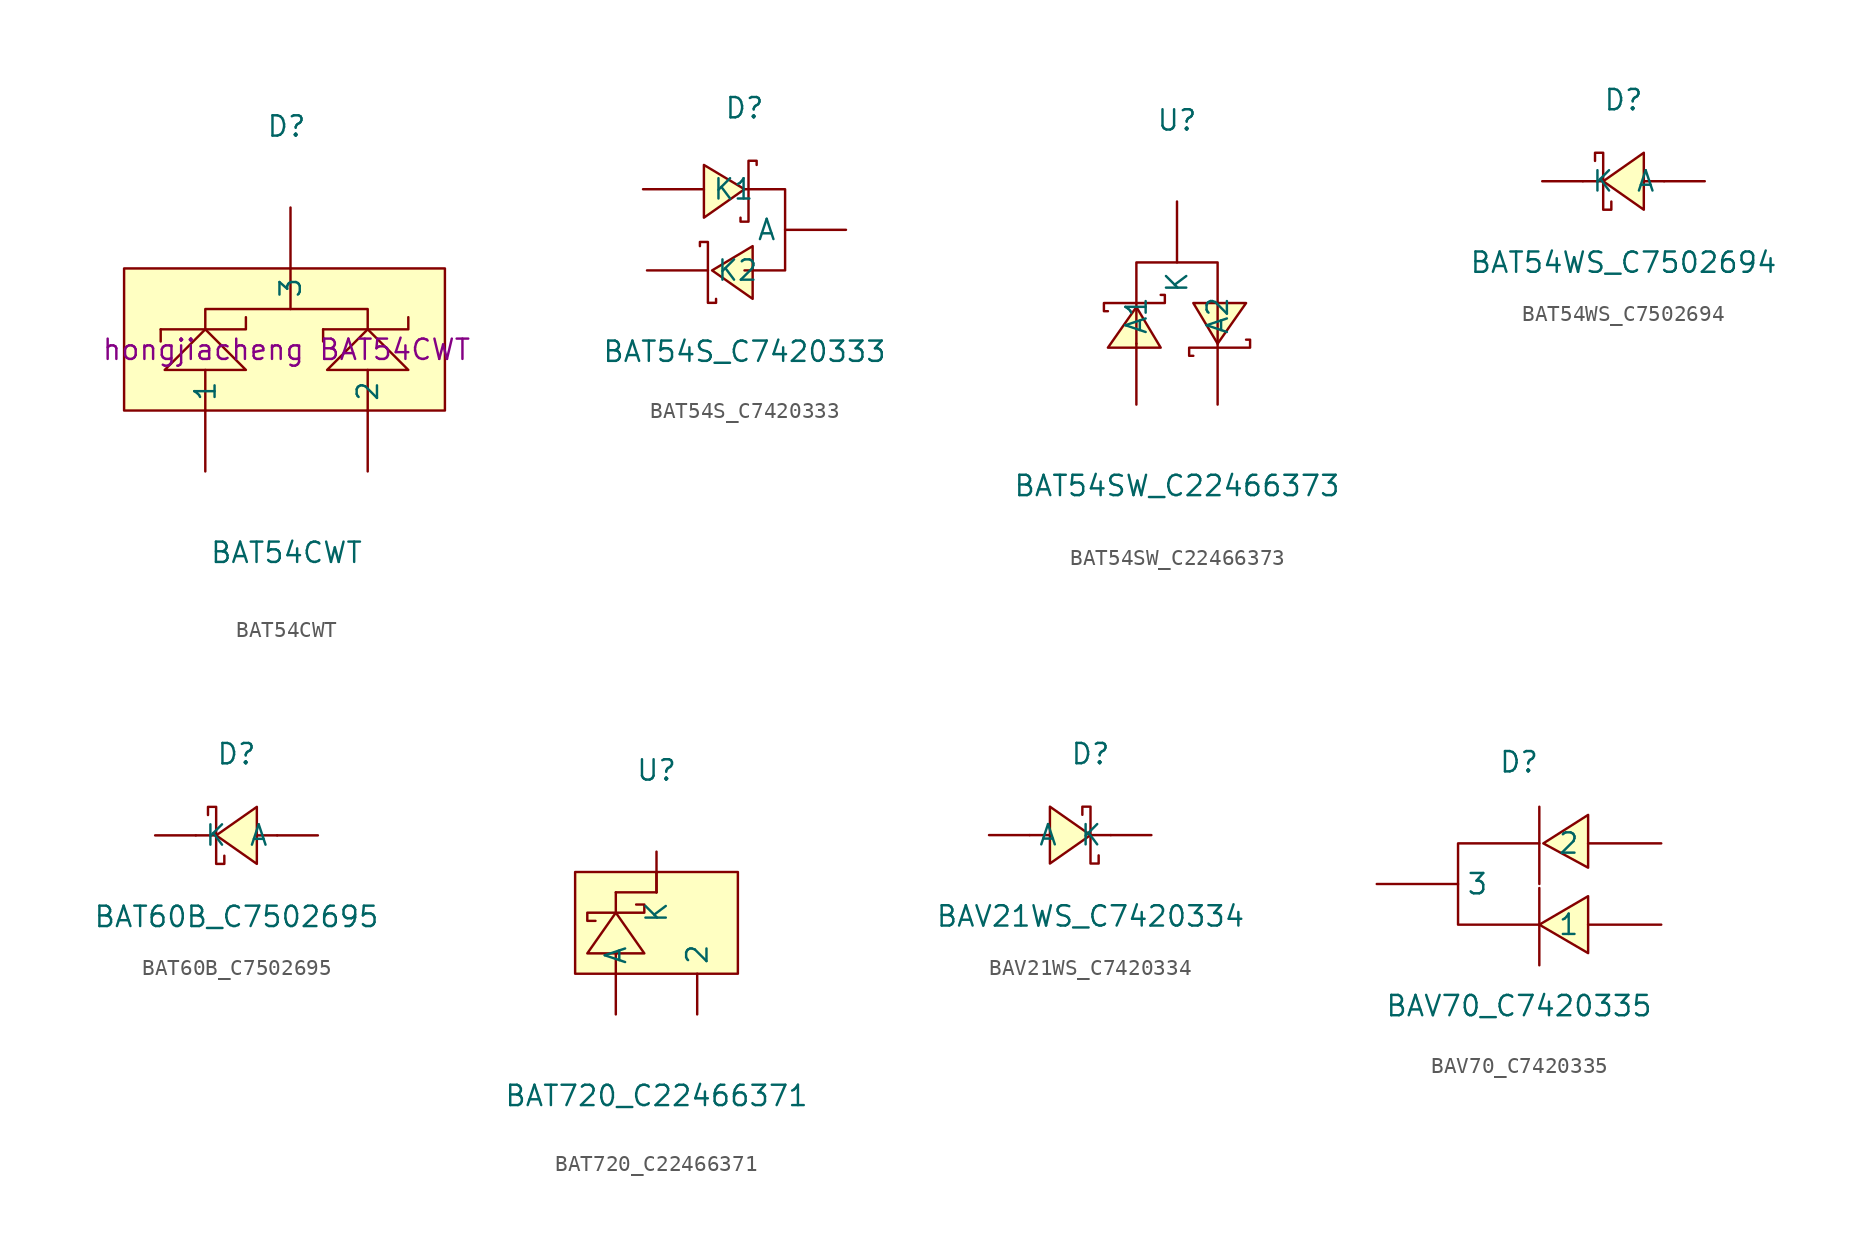
<source format=kicad_sym>
(kicad_symbol_lib
  (version 20241209)
  (generator "kicad_symbol_editor")
  (generator_version "9.0")
  (symbol "BAT54CWT"
    (pin_numbers
      (hide yes))
    (property "Reference" "D"
      (at 0 13.97 0)
      (effects (font (size 1.27 1.27))))
    (property "Value" "BAT54CWT"
      (at 0 -12.7 0)
      (effects (font (size 1.27 1.27))))
    (property "Description" "hongjiacheng BAT54CWT"
      (at 0 0 0)
      (effects (font (size 1.27 1.27))))
    (symbol "BAT54CWT_0_1"
      (rectangle (start -10.16 5.08) (end 9.91 -3.81) (stroke (width 0) (type default)) (fill (type background)))
      (polyline (pts (xy -7.87 1.27) (xy -7.87 0.51)) (stroke (width 0) (type default)) (fill (type none)))
      (polyline (pts (xy -7.62 -1.27) (xy -5.08 1.27) (xy -2.54 -1.27) (xy -7.62 -1.27)) (stroke (width 0) (type default)) (fill (type background)))
      (polyline (pts (xy -5.08 1.27) (xy -5.08 2.54) (xy 5.08 2.54) (xy 5.08 1.27)) (stroke (width 0) (type default)) (fill (type none)))
      (polyline (pts (xy -5.08 -3.81) (xy -5.08 -1.27)) (stroke (width 0) (type default)) (fill (type none)))
      (polyline (pts (xy -2.54 2.03) (xy -2.54 1.27) (xy -7.87 1.27)) (stroke (width 0) (type default)) (fill (type none)))
      (polyline (pts (xy 0.25 5.08) (xy 0.25 2.54)) (stroke (width 0) (type default)) (fill (type none)))
      (polyline (pts (xy 2.29 1.27) (xy 2.29 0.51)) (stroke (width 0) (type default)) (fill (type none)))
      (polyline (pts (xy 2.54 -1.27) (xy 5.08 1.27) (xy 7.62 -1.27) (xy 2.54 -1.27)) (stroke (width 0) (type default)) (fill (type background)))
      (polyline (pts (xy 5.08 -3.81) (xy 5.08 -1.27)) (stroke (width 0) (type default)) (fill (type none)))
      (polyline (pts (xy 7.62 2.03) (xy 7.62 1.27) (xy 2.29 1.27)) (stroke (width 0) (type default)) (fill (type none)))
      (pin input line (at -5.08 -7.62 90) (length 3.81) (name "1" (effects (font (size 1.27 1.27)))) (number "1" (effects (font (size 1.27 1.27)))))
      (pin input line (at 0.25 8.89 270) (length 3.81) (name "3" (effects (font (size 1.27 1.27)))) (number "3" (effects (font (size 1.27 1.27)))))
      (pin input line (at 5.08 -7.62 90) (length 3.81) (name "2" (effects (font (size 1.27 1.27)))) (number "2" (effects (font (size 1.27 1.27)))))))
  (symbol "BAT54S_C7420333"
    (pin_numbers
      (hide yes))
    (property "Reference" "D"
      (at 0 7.62 0)
      (effects (font (size 1.27 1.27))))
    (property "Value" "BAT54S_C7420333"
      (at 0 -7.62 0)
      (effects (font (size 1.27 1.27))))
    (symbol "BAT54S_C7420333_0_1"
      (polyline (pts (xy -2.79 -1.02) (xy -2.79 -0.76) (xy -2.29 -0.76) (xy -2.29 -4.57) (xy -1.78 -4.57) (xy -1.78 -4.32)) (stroke (width 0) (type default)) (fill (type none)))
      (polyline (pts (xy -2.54 4.06) (xy 0 2.54) (xy -2.54 0.76) (xy -2.54 4.06)) (stroke (width 0) (type default)) (fill (type background)))
      (polyline (pts (xy 0 2.54) (xy 2.54 2.54) (xy 2.54 -2.54) (xy 0 -2.54)) (stroke (width 0) (type default)) (fill (type none)))
      (polyline (pts (xy 0.51 -1.02) (xy -2.03 -2.54) (xy 0.51 -4.32) (xy 0.51 -1.02)) (stroke (width 0) (type default)) (fill (type background)))
      (polyline (pts (xy 0.76 4.06) (xy 0.76 4.32) (xy 0.25 4.32) (xy 0.25 0.51) (xy -0.25 0.51) (xy -0.25 0.76)) (stroke (width 0) (type default)) (fill (type none)))
      (pin unspecified line (at -6.35 2.54 0) (length 3.81) (name "K1" (effects (font (size 1.27 1.27)))) (number "1" (effects (font (size 1.27 1.27)))))
      (pin unspecified line (at -6.1 -2.54 0) (length 3.81) (name "K2" (effects (font (size 1.27 1.27)))) (number "2" (effects (font (size 1.27 1.27)))))
      (pin unspecified line (at 6.35 0 180) (length 3.81) (name "A" (effects (font (size 1.27 1.27)))) (number "3" (effects (font (size 1.27 1.27)))))))
  (symbol "BAT54SW_C22466373"
    (pin_numbers
      (hide yes))
    (property "Reference" "U"
      (at 0 12.7 0)
      (effects (font (size 1.27 1.27))))
    (property "Value" "BAT54SW_C22466373"
      (at 0 -10.16 0)
      (effects (font (size 1.27 1.27))))
    (symbol "BAT54SW_C22466373_0_1"
      (polyline (pts (xy -2.54 -1.27) (xy -2.54 3.81) (xy 2.54 3.81) (xy 2.54 -1.27)) (stroke (width 0) (type default)) (fill (type none)))
      (polyline (pts (xy -1.02 1.78) (xy -0.76 1.78) (xy -0.76 1.27) (xy -4.57 1.27) (xy -4.57 0.76) (xy -4.32 0.76)) (stroke (width 0) (type default)) (fill (type none)))
      (polyline (pts (xy -1.02 -1.52) (xy -2.54 1.02) (xy -4.32 -1.52) (xy -1.02 -1.52)) (stroke (width 0) (type default)) (fill (type background)))
      (polyline (pts (xy 1.02 1.27) (xy 2.54 -1.27) (xy 4.32 1.27) (xy 1.02 1.27)) (stroke (width 0) (type default)) (fill (type background)))
      (polyline (pts (xy 1.02 -2.03) (xy 0.76 -2.03) (xy 0.76 -1.52) (xy 4.57 -1.52) (xy 4.57 -1.02) (xy 4.32 -1.02)) (stroke (width 0) (type default)) (fill (type none)))
      (pin unspecified line (at -2.54 -5.08 90) (length 3.81) (name "A1" (effects (font (size 1.27 1.27)))) (number "1" (effects (font (size 1.27 1.27)))))
      (pin unspecified line (at 0 7.62 270) (length 3.81) (name "K" (effects (font (size 1.27 1.27)))) (number "3" (effects (font (size 1.27 1.27)))))
      (pin unspecified line (at 2.54 -5.08 90) (length 3.81) (name "A2" (effects (font (size 1.27 1.27)))) (number "2" (effects (font (size 1.27 1.27)))))))
  (symbol "BAT54WS_C7502694"
    (pin_numbers
      (hide yes))
    (property "Reference" "D"
      (at 0 5.08 0)
      (effects (font (size 1.27 1.27))))
    (property "Value" "BAT54WS_C7502694"
      (at 0 -5.08 0)
      (effects (font (size 1.27 1.27))))
    (symbol "BAT54WS_C7502694_0_1"
      (polyline (pts (xy -1.78 1.27) (xy -1.78 1.78) (xy -1.27 1.78) (xy -1.27 -1.78) (xy -0.76 -1.78) (xy -0.76 -1.27)) (stroke (width 0) (type default)) (fill (type none)))
      (polyline (pts (xy -1.27 0) (xy -2.54 0)) (stroke (width 0) (type default)) (fill (type none)))
      (polyline (pts (xy 1.27 1.78) (xy -1.27 0) (xy 1.27 -1.78) (xy 1.27 1.78)) (stroke (width 0) (type default)) (fill (type background)))
      (polyline (pts (xy 2.54 0) (xy 1.27 0)) (stroke (width 0) (type default)) (fill (type none)))
      (pin unspecified line (at -5.08 0 0) (length 2.54) (name "K" (effects (font (size 1.27 1.27)))) (number "1" (effects (font (size 1.27 1.27)))))
      (pin unspecified line (at 5.08 0 180) (length 2.54) (name "A" (effects (font (size 1.27 1.27)))) (number "2" (effects (font (size 1.27 1.27)))))))
  (symbol "BAT60B_C7502695"
    (pin_numbers
      (hide yes))
    (property "Reference" "D"
      (at 0 5.08 0)
      (effects (font (size 1.27 1.27))))
    (property "Value" "BAT60B_C7502695"
      (at 0 -5.08 0)
      (effects (font (size 1.27 1.27))))
    (symbol "BAT60B_C7502695_0_1"
      (polyline (pts (xy -1.78 1.27) (xy -1.78 1.78) (xy -1.27 1.78) (xy -1.27 -1.78) (xy -0.76 -1.78) (xy -0.76 -1.27)) (stroke (width 0) (type default)) (fill (type none)))
      (polyline (pts (xy -1.27 0) (xy -2.54 0)) (stroke (width 0) (type default)) (fill (type none)))
      (polyline (pts (xy 1.27 1.78) (xy -1.27 0) (xy 1.27 -1.78) (xy 1.27 1.78)) (stroke (width 0) (type default)) (fill (type background)))
      (polyline (pts (xy 2.54 0) (xy 1.27 0)) (stroke (width 0) (type default)) (fill (type none)))
      (pin unspecified line (at -5.08 0 0) (length 2.54) (name "K" (effects (font (size 1.27 1.27)))) (number "1" (effects (font (size 1.27 1.27)))))
      (pin unspecified line (at 5.08 0 180) (length 2.54) (name "A" (effects (font (size 1.27 1.27)))) (number "2" (effects (font (size 1.27 1.27)))))))
  (symbol "BAT720_C22466371"
    (pin_numbers
      (hide yes))
    (property "Reference" "U"
      (at 0 10.16 0)
      (effects (font (size 1.27 1.27))))
    (property "Value" "BAT720_C22466371"
      (at 0 -10.16 0)
      (effects (font (size 1.27 1.27))))
    (symbol "BAT720_C22466371_0_1"
      (rectangle (start -5.08 3.81) (end 5.08 -2.54) (stroke (width 0) (type default)) (fill (type background)))
      (polyline (pts (xy -2.54 2.54) (xy 0 2.54)) (stroke (width 0) (type default)) (fill (type none)))
      (polyline (pts (xy -2.54 1.27) (xy -2.54 2.54)) (stroke (width 0) (type default)) (fill (type none)))
      (polyline (pts (xy -2.54 -2.54) (xy -2.54 -1.27)) (stroke (width 0) (type default)) (fill (type none)))
      (polyline (pts (xy -1.27 1.78) (xy -0.76 1.78) (xy -0.76 1.27) (xy -4.32 1.27) (xy -4.32 0.76) (xy -3.81 0.76)) (stroke (width 0) (type default)) (fill (type none)))
      (polyline (pts (xy -0.76 -1.27) (xy -2.54 1.27) (xy -4.32 -1.27) (xy -0.76 -1.27)) (stroke (width 0) (type default)) (fill (type background)))
      (polyline (pts (xy 0 3.81) (xy 0 2.54)) (stroke (width 0) (type default)) (fill (type none)))
      (pin unspecified line (at -2.54 -5.08 90) (length 2.54) (name "A" (effects (font (size 1.27 1.27)))) (number "1" (effects (font (size 1.27 1.27)))))
      (pin unspecified line (at 0 5.08 270) (length 2.54) (name "K" (effects (font (size 1.27 1.27)))) (number "3" (effects (font (size 1.27 1.27)))))
      (pin unspecified line (at 2.54 -5.08 90) (length 2.54) (name "2" (effects (font (size 1.27 1.27)))) (number "2" (effects (font (size 1.27 1.27)))))))
  (symbol "BAV21WS_C7420334"
    (pin_numbers
      (hide yes))
    (property "Reference" "D"
      (at 0 5.08 0)
      (effects (font (size 1.27 1.27))))
    (property "Value" "BAV21WS_C7420334"
      (at 0 -5.08 0)
      (effects (font (size 1.27 1.27))))
    (symbol "BAV21WS_C7420334_0_1"
      (polyline (pts (xy -3.81 0) (xy -2.54 0)) (stroke (width 0) (type default)) (fill (type none)))
      (polyline (pts (xy -2.54 -1.78) (xy 0 0) (xy -2.54 1.78) (xy -2.54 -1.78)) (stroke (width 0) (type default)) (fill (type background)))
      (polyline (pts (xy 0 0) (xy 1.27 0)) (stroke (width 0) (type default)) (fill (type none)))
      (polyline (pts (xy 0.51 -1.27) (xy 0.51 -1.78) (xy 0 -1.78) (xy 0 1.78) (xy -0.51 1.78) (xy -0.51 1.27)) (stroke (width 0) (type default)) (fill (type none)))
      (pin unspecified line (at -6.35 0 0) (length 2.54) (name "A" (effects (font (size 1.27 1.27)))) (number "1" (effects (font (size 1.27 1.27)))))
      (pin unspecified line (at 3.81 0 180) (length 2.54) (name "K" (effects (font (size 1.27 1.27)))) (number "2" (effects (font (size 1.27 1.27)))))))
  (symbol "BAV70_C7420335"
    (pin_numbers
      (hide yes))
    (property "Reference" "D"
      (at 0 7.62 0)
      (effects (font (size 1.27 1.27))))
    (property "Value" "BAV70_C7420335"
      (at 0 -7.62 0)
      (effects (font (size 1.27 1.27))))
    (symbol "BAV70_C7420335_0_1"
      (polyline (pts (xy 1.27 4.83) (xy 1.27 0)) (stroke (width 0) (type default)) (fill (type none)))
      (polyline (pts (xy 1.27 2.54) (xy -3.81 2.54) (xy -3.81 -2.54) (xy 1.27 -2.54)) (stroke (width 0) (type default)) (fill (type none)))
      (polyline (pts (xy 1.27 -0.25) (xy 1.27 -5.08)) (stroke (width 0) (type default)) (fill (type none)))
      (polyline (pts (xy 4.32 1.02) (xy 1.52 2.54) (xy 4.32 4.32) (xy 4.32 1.02)) (stroke (width 0) (type default)) (fill (type background)))
      (polyline (pts (xy 4.32 -4.32) (xy 1.27 -2.54) (xy 4.32 -0.76) (xy 4.32 -4.32)) (stroke (width 0) (type default)) (fill (type background)))
      (pin unspecified line (at -8.89 0 0) (length 5.08) (name "3" (effects (font (size 1.27 1.27)))) (number "3" (effects (font (size 1.27 1.27)))))
      (pin unspecified line (at 8.89 2.54 180) (length 4.572) (name "2" (effects (font (size 1.27 1.27)))) (number "2" (effects (font (size 1.27 1.27)))))
      (pin unspecified line (at 8.89 -2.54 180) (length 4.572) (name "1" (effects (font (size 1.27 1.27)))) (number "1" (effects (font (size 1.27 1.27))))))))
</source>
